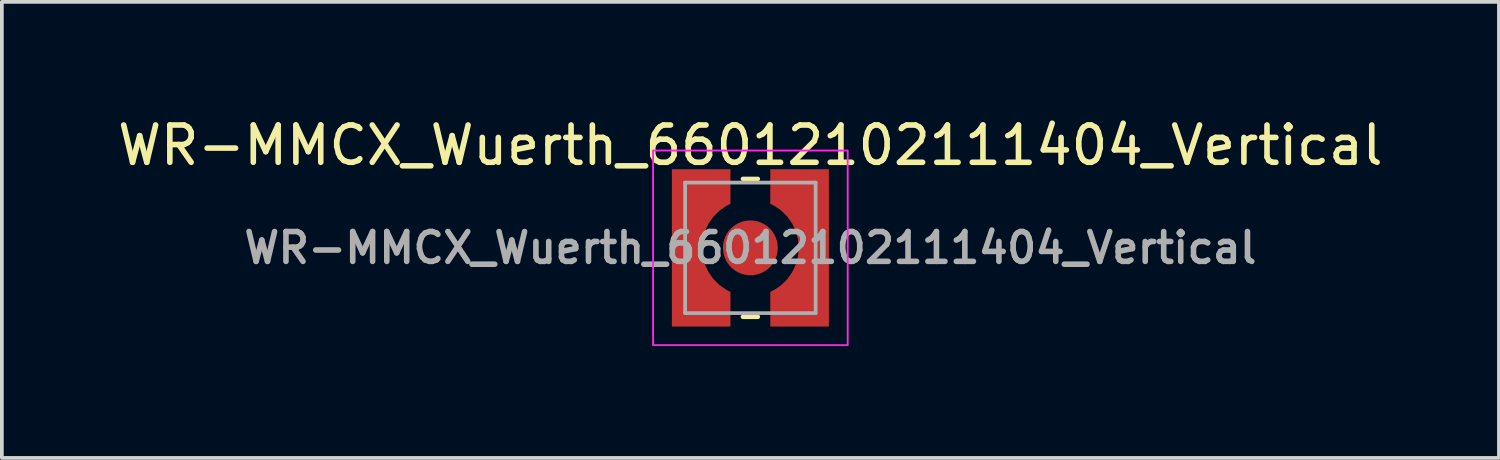
<source format=kicad_pcb>
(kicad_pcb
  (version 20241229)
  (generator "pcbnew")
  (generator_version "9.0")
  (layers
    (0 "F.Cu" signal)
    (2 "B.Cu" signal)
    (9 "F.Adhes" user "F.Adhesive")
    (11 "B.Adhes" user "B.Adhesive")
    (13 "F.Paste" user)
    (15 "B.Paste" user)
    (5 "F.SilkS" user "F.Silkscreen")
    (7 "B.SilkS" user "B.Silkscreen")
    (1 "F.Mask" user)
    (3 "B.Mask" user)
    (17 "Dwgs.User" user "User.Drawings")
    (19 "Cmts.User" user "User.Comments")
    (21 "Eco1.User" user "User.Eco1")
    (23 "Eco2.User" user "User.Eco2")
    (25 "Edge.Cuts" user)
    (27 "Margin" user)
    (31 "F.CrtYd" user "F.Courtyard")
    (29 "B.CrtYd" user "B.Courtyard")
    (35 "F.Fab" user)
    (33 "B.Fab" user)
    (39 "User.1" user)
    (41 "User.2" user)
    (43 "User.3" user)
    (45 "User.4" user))
  (footprint "WR-MMCX_Wuerth_66012102111404_Vertical"
    (layer "F.Cu")
    (at 17.077 3.598)
    (property "Reference" "WR-MMCX_Wuerth_66012102111404_Vertical" (at 0 -2.75 0) (unlocked yes) (layer "F.SilkS") (effects (font (size 1 1) (thickness 0.15))))
    (attr smd)
    (fp_line (start -0.2 -1.85) (end 0.2 -1.85) (stroke (width 0.12) (type solid)) (layer "F.SilkS"))
    (fp_line (start 0.2 1.85) (end -0.2 1.85) (stroke (width 0.12) (type solid)) (layer "F.SilkS"))
    (fp_poly (pts (xy -0.535 -1.179) (xy -0.535 -2.11) (xy -2.105 -2.11) (xy -2.105 -0.535) (xy -1.179 -0.535) (xy -1.129 -0.64) (xy -0.996 -0.832) (xy -0.832 -0.996) (xy -0.64 -1.129)) (stroke (width 0.001) (type solid)) (fill yes) (layer "F.Paste"))
    (fp_poly (pts (xy -0.535 1.179) (xy -0.64 1.129) (xy -0.832 0.996) (xy -0.996 0.832) (xy -1.129 0.64) (xy -1.179 0.535) (xy -2.105 0.535) (xy -2.105 2.11) (xy -0.535 2.11)) (stroke (width 0.001) (type solid)) (fill yes) (layer "F.Paste"))
    (fp_poly (pts (xy 0.996 -0.832) (xy 1.129 -0.64) (xy 1.179 -0.535) (xy 2.105 -0.535) (xy 2.105 -2.11) (xy 0.535 -2.11) (xy 0.535 -1.179) (xy 0.64 -1.129) (xy 0.832 -0.996)) (stroke (width 0.001) (type solid)) (fill yes) (layer "F.Paste"))
    (fp_poly (pts (xy 1.129 0.64) (xy 0.996 0.832) (xy 0.832 0.996) (xy 0.64 1.129) (xy 0.535 1.179) (xy 0.535 2.11) (xy 2.105 2.11) (xy 2.105 0.535) (xy 1.179 0.535)) (stroke (width 0.001) (type solid)) (fill yes) (layer "F.Paste"))
    (fp_rect (start -2.61 -2.61) (end 2.61 2.61) (stroke (width 0.05) (type default)) (fill no) (layer "F.CrtYd"))
    (fp_line (start -1.75 -1.75) (end 1.75 -1.75) (stroke (width 0.1) (type solid)) (layer "F.Fab"))
    (fp_line (start -1.75 1.75) (end -1.75 -1.75) (stroke (width 0.1) (type solid)) (layer "F.Fab"))
    (fp_line (start 1.75 -1.75) (end 1.75 1.75) (stroke (width 0.1) (type solid)) (layer "F.Fab"))
    (fp_line (start 1.75 1.75) (end -1.75 1.75) (stroke (width 0.1) (type solid)) (layer "F.Fab"))
    (fp_text user "${REFERENCE}" (at 0 0 0) (unlocked yes) (layer "F.Fab") (effects (font (size 0.8 0.8) (thickness 0.15))))
    (pad "1" smd circle (at 0 0) (size 1.47 1.47) (layers "F.Cu" "F.Mask" "F.Paste"))
    (pad "2" smd custom (at -1.71 0) (size 0.5 0.5) (layers "F.Cu" "F.Mask") (options (anchor circle)) (primitives (gr_poly (pts (xy -0.395 -2.11) (xy -0.395 2.11) (xy 1.175 2.11) (xy 1.175 1.179) (xy 1.072 1.13) (xy 0.884 1.001) (xy 0.721 0.84) (xy 0.589 0.654) (xy 0.492 0.448) (xy 0.432 0.227) (xy 0.412 0) (xy 0.432 -0.227) (xy 0.492 -0.448) (xy 0.589 -0.654) (xy 0.721 -0.84) (xy 0.884 -1.001) (xy 1.072 -1.13) (xy 1.175 -1.179) (xy 1.175 -2.11)) (width 0.001) (fill yes))))
    (pad "2" smd custom (at 1.67 0) (size 0.5 0.5) (layers "F.Cu" "F.Mask") (options (anchor circle)) (primitives (gr_poly (pts (xy -0.452 -0.448) (xy -0.392 -0.227) (xy -0.372 0) (xy -0.392 0.227) (xy -0.452 0.448) (xy -0.549 0.654) (xy -0.681 0.84) (xy -0.844 1.001) (xy -1.032 1.13) (xy -1.135 1.179) (xy -1.135 2.11) (xy 0.435 2.11) (xy 0.435 -2.11) (xy -1.135 -2.11) (xy -1.135 -1.179) (xy -1.032 -1.13) (xy -0.844 -1.001) (xy -0.681 -0.84) (xy -0.549 -0.654)) (width 0.001) (fill yes)))))
  (gr_rect
    (start -3 -3)
    (end 37.155 9.233)
    (stroke (width 0.1) (type default))
    (fill no)
    (layer "Edge.Cuts")))
</source>
